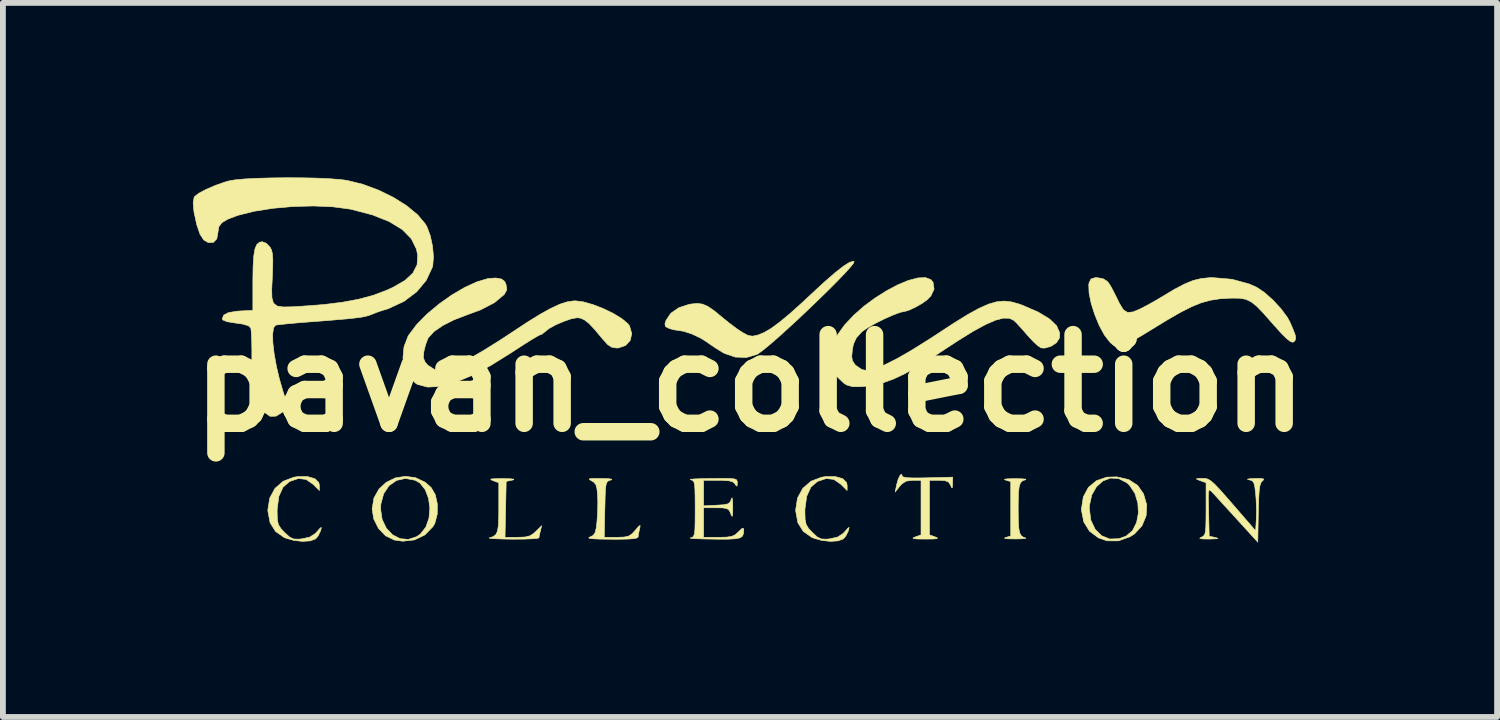
<source format=kicad_pcb>
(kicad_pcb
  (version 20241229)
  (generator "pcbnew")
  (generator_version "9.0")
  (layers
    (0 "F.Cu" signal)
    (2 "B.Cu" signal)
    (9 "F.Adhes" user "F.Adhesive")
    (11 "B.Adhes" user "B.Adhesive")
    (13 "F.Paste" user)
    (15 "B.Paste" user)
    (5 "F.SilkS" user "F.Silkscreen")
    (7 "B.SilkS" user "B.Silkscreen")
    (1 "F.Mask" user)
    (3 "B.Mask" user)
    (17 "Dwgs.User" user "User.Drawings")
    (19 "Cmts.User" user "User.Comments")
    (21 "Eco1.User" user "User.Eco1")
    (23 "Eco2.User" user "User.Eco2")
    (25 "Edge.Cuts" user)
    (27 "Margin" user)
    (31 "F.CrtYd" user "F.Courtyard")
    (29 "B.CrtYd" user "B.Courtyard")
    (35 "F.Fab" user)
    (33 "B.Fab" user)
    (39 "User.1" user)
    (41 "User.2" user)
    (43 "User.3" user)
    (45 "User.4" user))
  (footprint "pavan_collection"
    (layer "F.Cu")
    (at 9.841 3.536)
    (property "Reference" "pavan_collection" (at 0 0 0) (layer "F.SilkS") (effects (font (size 1.524 1.524) (thickness 0.3))))
    (attr through_hole)
    (fp_poly (pts (xy 4.667 1.643) (xy 4.733 1.649) (xy 4.741 1.658) (xy 4.735 1.659) (xy 4.683 1.678) (xy 4.648 1.713) (xy 4.626 1.776) (xy 4.614 1.88) (xy 4.61 2.037) (xy 4.609 2.159) (xy 4.611 2.353) (xy 4.618 2.486) (xy 4.634 2.571) (xy 4.661 2.622) (xy 4.702 2.649) (xy 4.735 2.659) (xy 4.739 2.667) (xy 4.682 2.674) (xy 4.576 2.677) (xy 4.554 2.677) (xy 4.433 2.675) (xy 4.375 2.667) (xy 4.384 2.655) (xy 4.391 2.653) (xy 4.481 2.627) (xy 4.481 1.691) (xy 4.391 1.665) (xy 4.372 1.652) (xy 4.422 1.644) (xy 4.535 1.641) (xy 4.554 1.641) (xy 4.667 1.643)) (stroke (width 0.01) (type solid)) (fill yes) (layer "F.SilkS"))
    (fp_poly (pts (xy -4.119 1.643) (xy -4.059 1.65) (xy -4.068 1.661) (xy -4.082 1.665) (xy -4.191 1.688) (xy -4.201 2.168) (xy -4.211 2.649) (xy -3.997 2.649) (xy -3.867 2.644) (xy -3.782 2.623) (xy -3.713 2.578) (xy -3.682 2.549) (xy -3.581 2.449) (xy -3.604 2.54) (xy -3.622 2.619) (xy -3.628 2.658) (xy -3.662 2.668) (xy -3.755 2.675) (xy -3.894 2.68) (xy -4.064 2.681) (xy -4.091 2.681) (xy -4.257 2.678) (xy -4.385 2.673) (xy -4.465 2.667) (xy -4.486 2.66) (xy -4.481 2.659) (xy -4.415 2.637) (xy -4.369 2.603) (xy -4.341 2.544) (xy -4.325 2.446) (xy -4.319 2.299) (xy -4.318 2.139) (xy -4.318 1.711) (xy -4.418 1.675) (xy -4.457 1.657) (xy -4.446 1.646) (xy -4.377 1.641) (xy -4.245 1.64) (xy -4.119 1.643)) (stroke (width 0.01) (type solid)) (fill yes) (layer "F.SilkS"))
    (fp_poly (pts (xy 2.612 1.586) (xy 2.613 1.591) (xy 2.631 1.611) (xy 2.691 1.624) (xy 2.802 1.629) (xy 2.973 1.628) (xy 3.048 1.626) (xy 3.484 1.615) (xy 3.481 1.724) (xy 3.478 1.794) (xy 3.467 1.798) (xy 3.446 1.751) (xy 3.412 1.699) (xy 3.351 1.675) (xy 3.249 1.669) (xy 3.084 1.669) (xy 3.084 2.607) (xy 3.184 2.643) (xy 3.223 2.661) (xy 3.213 2.672) (xy 3.145 2.678) (xy 3.013 2.679) (xy 3.012 2.679) (xy 2.879 2.678) (xy 2.811 2.672) (xy 2.8 2.661) (xy 2.839 2.643) (xy 2.839 2.643) (xy 2.939 2.607) (xy 2.939 1.669) (xy 2.797 1.669) (xy 2.683 1.683) (xy 2.603 1.736) (xy 2.575 1.769) (xy 2.495 1.869) (xy 2.521 1.742) (xy 2.546 1.653) (xy 2.576 1.588) (xy 2.601 1.561) (xy 2.612 1.586)) (stroke (width 0.01) (type solid)) (fill yes) (layer "F.SilkS"))
    (fp_poly (pts (xy 6.508 1.657) (xy 6.662 1.757) (xy 6.763 1.901) (xy 6.818 2.092) (xy 6.808 2.28) (xy 6.737 2.45) (xy 6.61 2.589) (xy 6.531 2.639) (xy 6.331 2.71) (xy 6.135 2.709) (xy 5.988 2.658) (xy 5.834 2.543) (xy 5.736 2.384) (xy 5.697 2.186) (xy 5.697 2.159) (xy 5.697 2.159) (xy 5.832 2.159) (xy 5.858 2.355) (xy 5.932 2.512) (xy 6.043 2.622) (xy 6.183 2.678) (xy 6.341 2.673) (xy 6.464 2.628) (xy 6.574 2.534) (xy 6.644 2.395) (xy 6.675 2.231) (xy 6.665 2.058) (xy 6.615 1.894) (xy 6.524 1.756) (xy 6.477 1.712) (xy 6.336 1.639) (xy 6.196 1.631) (xy 6.065 1.68) (xy 5.954 1.78) (xy 5.873 1.922) (xy 5.834 2.1) (xy 5.832 2.159) (xy 5.697 2.159) (xy 5.728 1.955) (xy 5.815 1.792) (xy 5.952 1.677) (xy 6.131 1.615) (xy 6.304 1.61) (xy 6.508 1.657)) (stroke (width 0.01) (type solid)) (fill yes) (layer "F.SilkS"))
    (fp_poly (pts (xy -5.749 1.624) (xy -5.582 1.704) (xy -5.481 1.793) (xy -5.409 1.917) (xy -5.374 2.078) (xy -5.376 2.25) (xy -5.416 2.405) (xy -5.449 2.464) (xy -5.589 2.608) (xy -5.766 2.693) (xy -5.969 2.716) (xy -6.114 2.695) (xy -6.265 2.622) (xy -6.386 2.496) (xy -6.467 2.334) (xy -6.495 2.161) (xy -6.495 2.159) (xy -6.35 2.159) (xy -6.323 2.342) (xy -6.251 2.493) (xy -6.144 2.606) (xy -6.014 2.672) (xy -5.872 2.685) (xy -5.73 2.638) (xy -5.666 2.594) (xy -5.572 2.474) (xy -5.518 2.32) (xy -5.503 2.15) (xy -5.525 1.981) (xy -5.582 1.831) (xy -5.673 1.716) (xy -5.756 1.668) (xy -5.923 1.637) (xy -6.076 1.671) (xy -6.204 1.761) (xy -6.297 1.899) (xy -6.345 2.076) (xy -6.35 2.159) (xy -6.495 2.159) (xy -6.464 1.974) (xy -6.378 1.82) (xy -6.252 1.703) (xy -6.096 1.628) (xy -5.924 1.601) (xy -5.749 1.624)) (stroke (width 0.01) (type solid)) (fill yes) (layer "F.SilkS"))
    (fp_poly (pts (xy -7.479 1.641) (xy -7.412 1.707) (xy -7.402 1.756) (xy -7.402 1.845) (xy -7.508 1.739) (xy -7.63 1.654) (xy -7.762 1.638) (xy -7.913 1.689) (xy -7.915 1.69) (xy -8.027 1.788) (xy -8.098 1.944) (xy -8.127 2.161) (xy -8.128 2.216) (xy -8.124 2.344) (xy -8.107 2.429) (xy -8.064 2.498) (xy -8 2.566) (xy -7.916 2.643) (xy -7.848 2.677) (xy -7.761 2.681) (xy -7.702 2.675) (xy -7.566 2.645) (xy -7.47 2.582) (xy -7.444 2.554) (xy -7.387 2.49) (xy -7.368 2.479) (xy -7.376 2.52) (xy -7.383 2.541) (xy -7.426 2.629) (xy -7.467 2.676) (xy -7.558 2.71) (xy -7.69 2.719) (xy -7.841 2.702) (xy -7.984 2.661) (xy -8.008 2.651) (xy -8.156 2.547) (xy -8.249 2.398) (xy -8.286 2.203) (xy -8.287 2.174) (xy -8.255 1.974) (xy -8.164 1.807) (xy -8.023 1.685) (xy -7.841 1.616) (xy -7.777 1.606) (xy -7.602 1.606) (xy -7.479 1.641)) (stroke (width 0.01) (type solid)) (fill yes) (layer "F.SilkS"))
    (fp_poly (pts (xy 1.593 1.641) (xy 1.659 1.707) (xy 1.669 1.756) (xy 1.669 1.845) (xy 1.563 1.739) (xy 1.441 1.654) (xy 1.31 1.638) (xy 1.158 1.689) (xy 1.156 1.69) (xy 1.045 1.788) (xy 0.974 1.944) (xy 0.944 2.161) (xy 0.943 2.216) (xy 0.947 2.344) (xy 0.965 2.429) (xy 1.007 2.498) (xy 1.071 2.566) (xy 1.155 2.643) (xy 1.224 2.677) (xy 1.311 2.681) (xy 1.37 2.675) (xy 1.505 2.645) (xy 1.601 2.582) (xy 1.627 2.554) (xy 1.684 2.49) (xy 1.703 2.479) (xy 1.695 2.52) (xy 1.689 2.541) (xy 1.645 2.629) (xy 1.604 2.676) (xy 1.514 2.71) (xy 1.381 2.719) (xy 1.231 2.702) (xy 1.088 2.661) (xy 1.064 2.651) (xy 0.915 2.547) (xy 0.822 2.398) (xy 0.786 2.203) (xy 0.785 2.174) (xy 0.816 1.974) (xy 0.907 1.807) (xy 1.048 1.685) (xy 1.231 1.616) (xy 1.295 1.606) (xy 1.469 1.606) (xy 1.593 1.641)) (stroke (width 0.01) (type solid)) (fill yes) (layer "F.SilkS"))
    (fp_poly (pts (xy -2.558 1.637) (xy -2.434 1.641) (xy -2.377 1.65) (xy -2.389 1.664) (xy -2.395 1.665) (xy -2.432 1.678) (xy -2.457 1.699) (xy -2.474 1.741) (xy -2.484 1.815) (xy -2.49 1.935) (xy -2.494 2.113) (xy -2.496 2.17) (xy -2.506 2.649) (xy -2.29 2.649) (xy -2.165 2.645) (xy -2.086 2.628) (xy -2.026 2.587) (xy -1.975 2.531) (xy -1.914 2.461) (xy -1.889 2.445) (xy -1.892 2.477) (xy -1.898 2.504) (xy -1.917 2.591) (xy -1.923 2.64) (xy -1.942 2.66) (xy -2.006 2.673) (xy -2.123 2.68) (xy -2.301 2.683) (xy -2.386 2.682) (xy -2.577 2.68) (xy -2.701 2.674) (xy -2.764 2.666) (xy -2.771 2.653) (xy -2.751 2.644) (xy -2.696 2.616) (xy -2.664 2.571) (xy -2.643 2.488) (xy -2.631 2.384) (xy -2.619 2.215) (xy -2.616 2.032) (xy -2.619 1.942) (xy -2.63 1.817) (xy -2.65 1.743) (xy -2.688 1.699) (xy -2.721 1.68) (xy -2.761 1.656) (xy -2.758 1.643) (xy -2.702 1.637) (xy -2.584 1.637) (xy -2.558 1.637)) (stroke (width 0.01) (type solid)) (fill yes) (layer "F.SilkS"))
    (fp_poly (pts (xy 1.789 -2.093) (xy 1.779 -2.063) (xy 1.723 -1.993) (xy 1.628 -1.888) (xy 1.5 -1.755) (xy 1.349 -1.603) (xy 1.18 -1.438) (xy 1.001 -1.266) (xy 0.82 -1.095) (xy 0.644 -0.933) (xy 0.48 -0.785) (xy 0.336 -0.66) (xy 0.219 -0.564) (xy 0.137 -0.505) (xy 0.12 -0.495) (xy -0.059 -0.442) (xy -0.255 -0.449) (xy -0.444 -0.514) (xy -0.461 -0.524) (xy -0.585 -0.6) (xy -0.707 -0.682) (xy -0.736 -0.704) (xy -0.856 -0.779) (xy -1 -0.846) (xy -1.14 -0.892) (xy -1.236 -0.907) (xy -1.32 -0.92) (xy -1.392 -0.942) (xy -1.453 -0.973) (xy -1.463 -1.019) (xy -1.443 -1.081) (xy -1.361 -1.202) (xy -1.224 -1.297) (xy -1.047 -1.355) (xy -1.011 -1.361) (xy -0.906 -1.371) (xy -0.816 -1.359) (xy -0.724 -1.319) (xy -0.615 -1.244) (xy -0.472 -1.126) (xy -0.348 -1.026) (xy -0.223 -0.933) (xy -0.133 -0.873) (xy -0.035 -0.821) (xy 0.042 -0.808) (xy 0.135 -0.827) (xy 0.14 -0.829) (xy 0.243 -0.871) (xy 0.364 -0.942) (xy 0.509 -1.049) (xy 0.685 -1.195) (xy 0.899 -1.387) (xy 1.055 -1.533) (xy 1.283 -1.743) (xy 1.466 -1.902) (xy 1.607 -2.012) (xy 1.709 -2.076) (xy 1.775 -2.095) (xy 1.789 -2.093)) (stroke (width 0.01) (type solid)) (fill yes) (layer "F.SilkS"))
    (fp_poly (pts (xy 7.825 1.637) (xy 7.873 1.65) (xy 7.924 1.682) (xy 7.99 1.74) (xy 8.078 1.833) (xy 8.197 1.968) (xy 8.299 2.085) (xy 8.69 2.537) (xy 8.702 2.33) (xy 8.705 2.171) (xy 8.698 1.992) (xy 8.69 1.898) (xy 8.675 1.774) (xy 8.656 1.705) (xy 8.623 1.672) (xy 8.57 1.659) (xy 8.548 1.65) (xy 8.591 1.642) (xy 8.67 1.638) (xy 8.78 1.638) (xy 8.827 1.646) (xy 8.823 1.665) (xy 8.807 1.678) (xy 8.782 1.708) (xy 8.764 1.76) (xy 8.751 1.847) (xy 8.743 1.981) (xy 8.738 2.172) (xy 8.736 2.228) (xy 8.727 2.732) (xy 8.366 2.336) (xy 8.233 2.19) (xy 8.112 2.058) (xy 8.015 1.951) (xy 7.951 1.882) (xy 7.939 1.869) (xy 7.91 1.841) (xy 7.891 1.837) (xy 7.881 1.868) (xy 7.877 1.943) (xy 7.879 2.074) (xy 7.882 2.213) (xy 7.892 2.63) (xy 8.001 2.653) (xy 8.042 2.666) (xy 8.017 2.674) (xy 7.923 2.678) (xy 7.892 2.679) (xy 7.778 2.677) (xy 7.73 2.669) (xy 7.742 2.654) (xy 7.756 2.648) (xy 7.79 2.631) (xy 7.813 2.603) (xy 7.827 2.552) (xy 7.834 2.465) (xy 7.837 2.33) (xy 7.838 2.163) (xy 7.838 1.711) (xy 7.738 1.675) (xy 7.677 1.651) (xy 7.675 1.64) (xy 7.739 1.636) (xy 7.773 1.636) (xy 7.825 1.637)) (stroke (width 0.01) (type solid)) (fill yes) (layer "F.SilkS"))
    (fp_poly (pts (xy 6.071 -1.794) (xy 6.139 -1.751) (xy 6.17 -1.713) (xy 6.201 -1.664) (xy 6.241 -1.589) (xy 6.299 -1.474) (xy 6.353 -1.364) (xy 6.417 -1.261) (xy 6.488 -1.216) (xy 6.583 -1.225) (xy 6.698 -1.273) (xy 6.834 -1.343) (xy 6.987 -1.429) (xy 7.066 -1.477) (xy 7.287 -1.609) (xy 7.465 -1.703) (xy 7.616 -1.765) (xy 7.755 -1.799) (xy 7.898 -1.813) (xy 7.955 -1.814) (xy 8.283 -1.786) (xy 8.58 -1.705) (xy 8.709 -1.648) (xy 8.842 -1.558) (xy 8.988 -1.428) (xy 9.126 -1.279) (xy 9.235 -1.132) (xy 9.28 -1.049) (xy 9.338 -0.914) (xy 9.37 -0.829) (xy 9.379 -0.775) (xy 9.369 -0.738) (xy 9.362 -0.727) (xy 9.334 -0.704) (xy 9.291 -0.714) (xy 9.227 -0.763) (xy 9.133 -0.856) (xy 9.004 -0.999) (xy 8.96 -1.049) (xy 8.817 -1.211) (xy 8.706 -1.325) (xy 8.612 -1.399) (xy 8.523 -1.441) (xy 8.424 -1.46) (xy 8.301 -1.462) (xy 8.245 -1.461) (xy 8.07 -1.45) (xy 7.911 -1.425) (xy 7.754 -1.382) (xy 7.588 -1.314) (xy 7.398 -1.218) (xy 7.172 -1.088) (xy 6.974 -0.967) (xy 6.757 -0.834) (xy 6.592 -0.737) (xy 6.47 -0.672) (xy 6.38 -0.637) (xy 6.313 -0.629) (xy 6.26 -0.645) (xy 6.211 -0.681) (xy 6.184 -0.707) (xy 6.091 -0.828) (xy 6.002 -0.992) (xy 5.924 -1.181) (xy 5.863 -1.373) (xy 5.827 -1.551) (xy 5.822 -1.693) (xy 5.828 -1.727) (xy 5.86 -1.79) (xy 5.928 -1.813) (xy 5.967 -1.814) (xy 6.071 -1.794)) (stroke (width 0.01) (type solid)) (fill yes) (layer "F.SilkS"))
    (fp_poly (pts (xy -0.351 1.638) (xy -0.275 1.644) (xy -0.236 1.658) (xy -0.221 1.681) (xy -0.219 1.714) (xy -0.223 1.769) (xy -0.242 1.757) (xy -0.257 1.733) (xy -0.292 1.698) (xy -0.359 1.678) (xy -0.473 1.67) (xy -0.546 1.669) (xy -0.798 1.669) (xy -0.798 2.108) (xy -0.573 2.097) (xy -0.448 2.089) (xy -0.377 2.073) (xy -0.34 2.042) (xy -0.323 1.996) (xy -0.308 1.97) (xy -0.3 2.016) (xy -0.297 2.123) (xy -0.298 2.237) (xy -0.304 2.287) (xy -0.317 2.28) (xy -0.332 2.241) (xy -0.358 2.185) (xy -0.398 2.155) (xy -0.47 2.143) (xy -0.584 2.141) (xy -0.798 2.141) (xy -0.798 2.649) (xy -0.543 2.649) (xy -0.403 2.646) (xy -0.315 2.633) (xy -0.254 2.605) (xy -0.199 2.554) (xy -0.198 2.553) (xy -0.137 2.496) (xy -0.111 2.497) (xy -0.109 2.514) (xy -0.112 2.581) (xy -0.13 2.628) (xy -0.172 2.658) (xy -0.251 2.674) (xy -0.376 2.681) (xy -0.56 2.681) (xy -0.63 2.68) (xy -0.798 2.677) (xy -0.928 2.673) (xy -1.009 2.667) (xy -1.031 2.661) (xy -1.025 2.66) (xy -0.992 2.65) (xy -0.97 2.63) (xy -0.955 2.587) (xy -0.947 2.509) (xy -0.944 2.384) (xy -0.943 2.2) (xy -0.943 2.159) (xy -0.944 1.963) (xy -0.947 1.829) (xy -0.953 1.743) (xy -0.966 1.694) (xy -0.987 1.67) (xy -1.018 1.66) (xy -1.025 1.658) (xy -1.023 1.652) (xy -0.959 1.646) (xy -0.844 1.641) (xy -0.688 1.638) (xy -0.662 1.638) (xy -0.477 1.636) (xy -0.351 1.638)) (stroke (width 0.01) (type solid)) (fill yes) (layer "F.SilkS"))
    (fp_poly (pts (xy -4.271 -1.79) (xy -4.217 -1.748) (xy -4.194 -1.697) (xy -4.18 -1.608) (xy -4.219 -1.533) (xy -4.23 -1.52) (xy -4.392 -1.385) (xy -4.626 -1.263) (xy -4.866 -1.174) (xy -5.088 -1.089) (xy -5.281 -0.991) (xy -5.431 -0.888) (xy -5.525 -0.787) (xy -5.539 -0.762) (xy -5.576 -0.663) (xy -5.606 -0.545) (xy -5.607 -0.537) (xy -5.615 -0.436) (xy -5.585 -0.363) (xy -5.539 -0.31) (xy -5.418 -0.232) (xy -5.332 -0.218) (xy -5.218 -0.24) (xy -5.053 -0.306) (xy -4.842 -0.412) (xy -4.59 -0.556) (xy -4.303 -0.735) (xy -4.1 -0.868) (xy -3.829 -1.047) (xy -3.606 -1.185) (xy -3.424 -1.286) (xy -3.274 -1.356) (xy -3.147 -1.397) (xy -3.035 -1.414) (xy -2.998 -1.415) (xy -2.861 -1.397) (xy -2.695 -1.349) (xy -2.517 -1.28) (xy -2.347 -1.197) (xy -2.203 -1.109) (xy -2.101 -1.024) (xy -2.07 -0.983) (xy -2.033 -0.851) (xy -2.059 -0.735) (xy -2.139 -0.648) (xy -2.262 -0.606) (xy -2.293 -0.605) (xy -2.374 -0.617) (xy -2.447 -0.664) (xy -2.534 -0.76) (xy -2.538 -0.765) (xy -2.668 -0.921) (xy -2.767 -1.026) (xy -2.847 -1.089) (xy -2.917 -1.119) (xy -2.972 -1.125) (xy -3.068 -1.108) (xy -3.197 -1.064) (xy -3.333 -1.006) (xy -3.45 -0.943) (xy -3.522 -0.886) (xy -3.523 -0.885) (xy -3.577 -0.842) (xy -3.601 -0.835) (xy -3.642 -0.815) (xy -3.733 -0.762) (xy -3.86 -0.683) (xy -4.013 -0.584) (xy -4.098 -0.528) (xy -4.459 -0.303) (xy -4.786 -0.13) (xy -5.077 -0.01) (xy -5.329 0.056) (xy -5.541 0.067) (xy -5.71 0.023) (xy -5.739 0.008) (xy -5.858 -0.105) (xy -5.934 -0.259) (xy -5.965 -0.439) (xy -5.947 -0.627) (xy -5.878 -0.805) (xy -5.864 -0.829) (xy -5.728 -1.009) (xy -5.551 -1.189) (xy -5.346 -1.36) (xy -5.127 -1.515) (xy -4.904 -1.646) (xy -4.692 -1.743) (xy -4.502 -1.799) (xy -4.371 -1.808) (xy -4.271 -1.79)) (stroke (width 0.01) (type solid)) (fill yes) (layer "F.SilkS"))
    (fp_poly (pts (xy 3.11 -1.779) (xy 3.146 -1.733) (xy 3.163 -1.616) (xy 3.108 -1.5) (xy 3.043 -1.433) (xy 2.958 -1.372) (xy 2.85 -1.31) (xy 2.744 -1.26) (xy 2.667 -1.235) (xy 2.657 -1.234) (xy 2.578 -1.217) (xy 2.457 -1.171) (xy 2.312 -1.107) (xy 2.165 -1.034) (xy 2.033 -0.96) (xy 1.937 -0.896) (xy 1.918 -0.88) (xy 1.826 -0.778) (xy 1.777 -0.67) (xy 1.759 -0.575) (xy 1.748 -0.459) (xy 1.76 -0.385) (xy 1.802 -0.322) (xy 1.817 -0.306) (xy 1.922 -0.234) (xy 2.004 -0.218) (xy 2.128 -0.241) (xy 2.303 -0.31) (xy 2.527 -0.422) (xy 2.794 -0.576) (xy 3.103 -0.77) (xy 3.228 -0.852) (xy 3.509 -1.036) (xy 3.742 -1.18) (xy 3.935 -1.286) (xy 4.097 -1.358) (xy 4.237 -1.399) (xy 4.364 -1.411) (xy 4.488 -1.398) (xy 4.617 -1.363) (xy 4.681 -1.34) (xy 4.949 -1.224) (xy 5.145 -1.106) (xy 5.27 -0.986) (xy 5.323 -0.863) (xy 5.318 -0.776) (xy 5.266 -0.695) (xy 5.17 -0.632) (xy 5.061 -0.603) (xy 5.003 -0.607) (xy 4.948 -0.643) (xy 4.865 -0.719) (xy 4.772 -0.82) (xy 4.764 -0.829) (xy 4.671 -0.936) (xy 4.59 -1.025) (xy 4.538 -1.077) (xy 4.536 -1.078) (xy 4.458 -1.116) (xy 4.354 -1.118) (xy 4.219 -1.083) (xy 4.049 -1.009) (xy 3.836 -0.893) (xy 3.578 -0.733) (xy 3.414 -0.626) (xy 3.119 -0.433) (xy 2.87 -0.28) (xy 2.659 -0.162) (xy 2.473 -0.075) (xy 2.304 -0.013) (xy 2.139 0.029) (xy 1.97 0.054) (xy 1.905 0.06) (xy 1.768 0.061) (xy 1.665 0.032) (xy 1.615 0.002) (xy 1.475 -0.131) (xy 1.398 -0.295) (xy 1.383 -0.483) (xy 1.432 -0.686) (xy 1.506 -0.834) (xy 1.626 -1.001) (xy 1.779 -1.164) (xy 1.955 -1.32) (xy 2.147 -1.462) (xy 2.344 -1.587) (xy 2.538 -1.69) (xy 2.721 -1.766) (xy 2.883 -1.809) (xy 3.016 -1.815) (xy 3.11 -1.779)) (stroke (width 0.01) (type solid)) (fill yes) (layer "F.SilkS"))
    (fp_poly (pts (xy -7.712 -3.53) (xy -7.462 -3.525) (xy -7.236 -3.515) (xy -7.049 -3.501) (xy -6.931 -3.486) (xy -6.657 -3.419) (xy -6.385 -3.318) (xy -6.129 -3.193) (xy -5.9 -3.049) (xy -5.714 -2.895) (xy -5.582 -2.738) (xy -5.554 -2.69) (xy -5.496 -2.536) (xy -5.457 -2.354) (xy -5.441 -2.173) (xy -5.453 -2.022) (xy -5.459 -1.996) (xy -5.564 -1.77) (xy -5.729 -1.571) (xy -5.948 -1.406) (xy -6.212 -1.283) (xy -6.332 -1.246) (xy -6.418 -1.217) (xy -6.513 -1.179) (xy -6.559 -1.162) (xy -6.614 -1.147) (xy -6.689 -1.133) (xy -6.792 -1.12) (xy -6.932 -1.105) (xy -7.12 -1.089) (xy -7.363 -1.069) (xy -7.602 -1.051) (xy -7.789 -1.036) (xy -7.952 -1.021) (xy -8.076 -1.008) (xy -8.146 -0.999) (xy -8.155 -0.997) (xy -8.19 -0.949) (xy -8.205 -0.843) (xy -8.201 -0.691) (xy -8.179 -0.504) (xy -8.141 -0.293) (xy -8.088 -0.069) (xy -8.023 0.155) (xy -7.997 0.232) (xy -7.934 0.41) (xy -8.033 0.496) (xy -8.148 0.567) (xy -8.249 0.569) (xy -8.343 0.503) (xy -8.403 0.422) (xy -8.468 0.31) (xy -8.491 0.265) (xy -8.522 0.19) (xy -8.543 0.11) (xy -8.555 0.011) (xy -8.561 -0.123) (xy -8.562 -0.308) (xy -8.562 -0.393) (xy -8.562 -0.579) (xy -8.565 -0.743) (xy -8.571 -0.869) (xy -8.579 -0.941) (xy -8.581 -0.949) (xy -8.623 -0.988) (xy -8.72 -1.016) (xy -8.838 -1.033) (xy -8.984 -1.056) (xy -9.06 -1.086) (xy -9.071 -1.105) (xy -9.046 -1.17) (xy -8.965 -1.213) (xy -8.821 -1.237) (xy -8.762 -1.241) (xy -8.545 -1.252) (xy -8.545 -1.76) (xy -8.541 -2.004) (xy -8.53 -2.183) (xy -8.509 -2.308) (xy -8.476 -2.385) (xy -8.43 -2.423) (xy -8.382 -2.431) (xy -8.312 -2.403) (xy -8.25 -2.338) (xy -8.224 -2.288) (xy -8.209 -2.223) (xy -8.202 -2.128) (xy -8.204 -1.989) (xy -8.211 -1.813) (xy -8.221 -1.608) (xy -8.217 -1.466) (xy -8.191 -1.376) (xy -8.13 -1.327) (xy -8.026 -1.31) (xy -7.867 -1.313) (xy -7.715 -1.322) (xy -7.331 -1.351) (xy -7.006 -1.391) (xy -6.727 -1.443) (xy -6.48 -1.509) (xy -6.253 -1.594) (xy -6.139 -1.646) (xy -5.932 -1.765) (xy -5.794 -1.893) (xy -5.722 -2.035) (xy -5.712 -2.198) (xy -5.733 -2.303) (xy -5.821 -2.482) (xy -5.977 -2.641) (xy -6.201 -2.778) (xy -6.491 -2.893) (xy -6.846 -2.986) (xy -6.886 -2.994) (xy -7.173 -3.032) (xy -7.502 -3.046) (xy -7.852 -3.037) (xy -8.2 -3.006) (xy -8.524 -2.955) (xy -8.802 -2.885) (xy -8.817 -2.88) (xy -8.977 -2.819) (xy -9.077 -2.759) (xy -9.129 -2.69) (xy -9.144 -2.601) (xy -9.144 -2.598) (xy -9.165 -2.481) (xy -9.225 -2.419) (xy -9.311 -2.417) (xy -9.391 -2.463) (xy -9.454 -2.562) (xy -9.509 -2.724) (xy -9.51 -2.729) (xy -9.557 -2.943) (xy -9.571 -3.1) (xy -9.554 -3.196) (xy -9.545 -3.209) (xy -9.474 -3.264) (xy -9.352 -3.329) (xy -9.197 -3.396) (xy -9.029 -3.456) (xy -8.963 -3.475) (xy -8.855 -3.494) (xy -8.688 -3.51) (xy -8.476 -3.521) (xy -8.234 -3.528) (xy -7.974 -3.531) (xy -7.712 -3.53)) (stroke (width 0.01) (type solid)) (fill yes) (layer "F.SilkS")))
  (gr_rect
    (start -3 -3)
    (end 22.681 9.273)
    (stroke (width 0.1) (type default))
    (fill no)
    (layer "Edge.Cuts")))
</source>
